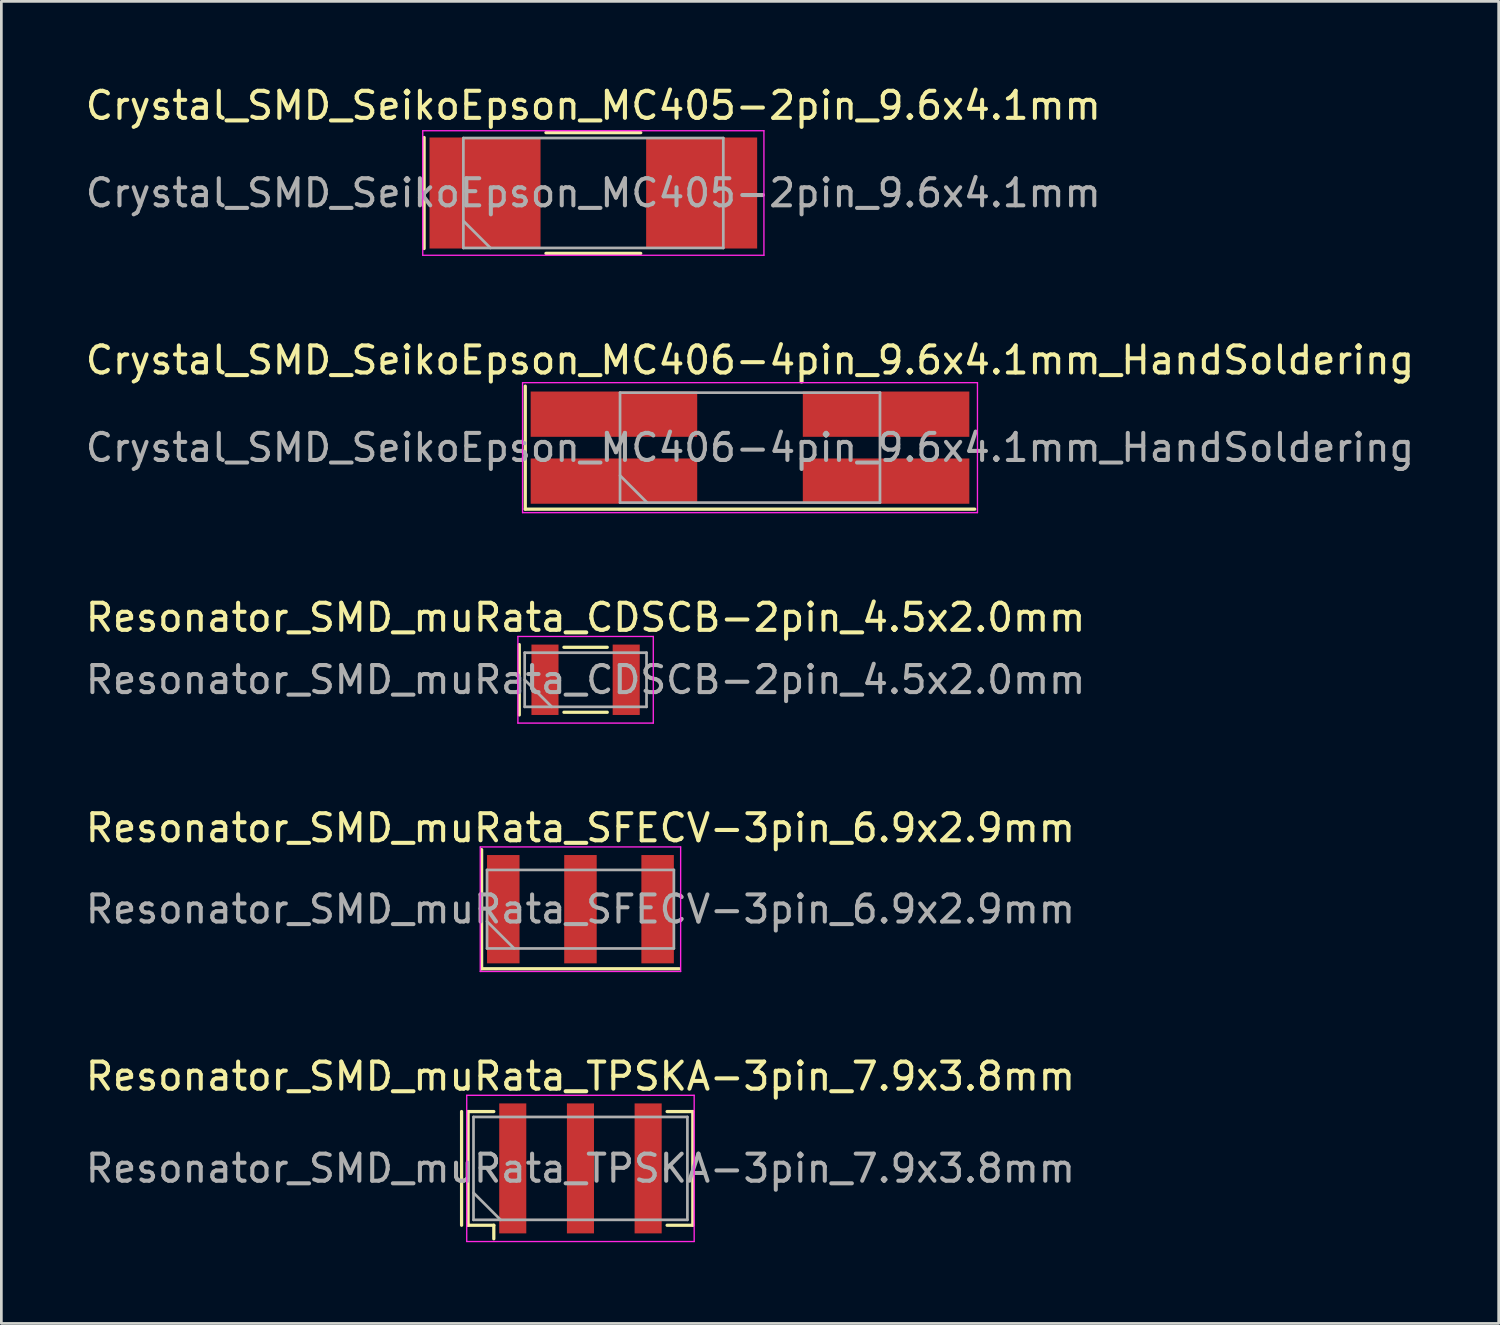
<source format=kicad_pcb>
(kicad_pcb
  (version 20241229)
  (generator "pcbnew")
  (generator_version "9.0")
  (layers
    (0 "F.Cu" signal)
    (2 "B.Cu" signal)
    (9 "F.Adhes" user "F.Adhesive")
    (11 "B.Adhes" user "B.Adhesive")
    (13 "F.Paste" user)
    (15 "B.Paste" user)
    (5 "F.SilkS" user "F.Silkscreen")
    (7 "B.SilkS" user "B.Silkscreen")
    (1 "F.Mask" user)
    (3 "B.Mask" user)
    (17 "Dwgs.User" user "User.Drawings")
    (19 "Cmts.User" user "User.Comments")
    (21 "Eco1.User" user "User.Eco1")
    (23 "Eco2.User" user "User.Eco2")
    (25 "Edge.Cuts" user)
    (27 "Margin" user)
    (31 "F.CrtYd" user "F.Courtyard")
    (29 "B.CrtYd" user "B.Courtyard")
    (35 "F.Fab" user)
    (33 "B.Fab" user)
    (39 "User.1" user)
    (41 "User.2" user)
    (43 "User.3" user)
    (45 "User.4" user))
  (footprint "Crystal_SMD_SeikoEpson_MC405-2pin_9.6x4.1mm"
    (layer "F.Cu")
    (at 18.863 4.078)
    (property "Reference" "Crystal_SMD_SeikoEpson_MC405-2pin_9.6x4.1mm" (at 0 -3.23 0) (layer "F.SilkS") (effects (font (size 1 1) (thickness 0.15))))
    (attr smd)
    (fp_line (start -6.25 -2.05) (end -6.25 2.05) (stroke (width 0.12) (type solid)) (layer "F.SilkS"))
    (fp_line (start -1.75 -2.23) (end 1.75 -2.23) (stroke (width 0.12) (type solid)) (layer "F.SilkS"))
    (fp_line (start -1.75 2.23) (end 1.75 2.23) (stroke (width 0.12) (type solid)) (layer "F.SilkS"))
    (fp_line (start -6.3 -2.3) (end -6.3 2.3) (stroke (width 0.05) (type solid)) (layer "F.CrtYd"))
    (fp_line (start -6.3 2.3) (end 6.3 2.3) (stroke (width 0.05) (type solid)) (layer "F.CrtYd"))
    (fp_line (start 6.3 -2.3) (end -6.3 -2.3) (stroke (width 0.05) (type solid)) (layer "F.CrtYd"))
    (fp_line (start 6.3 2.3) (end 6.3 -2.3) (stroke (width 0.05) (type solid)) (layer "F.CrtYd"))
    (fp_line (start -4.8 -2.03) (end -4.8 2.03) (stroke (width 0.1) (type solid)) (layer "F.Fab"))
    (fp_line (start -4.8 1.03) (end -3.8 2.03) (stroke (width 0.1) (type solid)) (layer "F.Fab"))
    (fp_line (start -4.8 2.03) (end 4.8 2.03) (stroke (width 0.1) (type solid)) (layer "F.Fab"))
    (fp_line (start 4.8 -2.03) (end -4.8 -2.03) (stroke (width 0.1) (type solid)) (layer "F.Fab"))
    (fp_line (start 4.8 2.03) (end 4.8 -2.03) (stroke (width 0.1) (type solid)) (layer "F.Fab"))
    (fp_text user "${REFERENCE}" (at 0 0 0) (layer "F.Fab") (effects (font (size 1 1) (thickness 0.15))))
    (pad "1" smd rect (at -4 0) (size 4.1 4.1) (layers "F.Cu" "F.Mask" "F.Paste"))
    (pad "2" smd rect (at 4 0) (size 4.1 4.1) (layers "F.Cu" "F.Mask" "F.Paste")))
  (footprint "Resonator_SMD_muRata_CDSCB-2pin_4.5x2.0mm"
    (layer "F.Cu")
    (at 18.577 22.055)
    (property "Reference" "Resonator_SMD_muRata_CDSCB-2pin_4.5x2.0mm" (at 0 -2.3 0) (layer "F.SilkS") (effects (font (size 1 1) (thickness 0.15))))
    (attr smd)
    (fp_line (start -2.45 -1.3) (end -2.45 1.3) (stroke (width 0.12) (type solid)) (layer "F.SilkS"))
    (fp_line (start -0.8 -1.2) (end 0.8 -1.2) (stroke (width 0.12) (type solid)) (layer "F.SilkS"))
    (fp_line (start -0.8 1.2) (end 0.8 1.2) (stroke (width 0.12) (type solid)) (layer "F.SilkS"))
    (fp_line (start -2.5 -1.6) (end -2.5 1.6) (stroke (width 0.05) (type solid)) (layer "F.CrtYd"))
    (fp_line (start -2.5 1.6) (end 2.5 1.6) (stroke (width 0.05) (type solid)) (layer "F.CrtYd"))
    (fp_line (start 2.5 -1.6) (end -2.5 -1.6) (stroke (width 0.05) (type solid)) (layer "F.CrtYd"))
    (fp_line (start 2.5 1.6) (end 2.5 -1.6) (stroke (width 0.05) (type solid)) (layer "F.CrtYd"))
    (fp_line (start -2.25 -1) (end -2.25 1) (stroke (width 0.1) (type solid)) (layer "F.Fab"))
    (fp_line (start -2.25 0) (end -1.25 1) (stroke (width 0.1) (type solid)) (layer "F.Fab"))
    (fp_line (start -2.25 1) (end 2.25 1) (stroke (width 0.1) (type solid)) (layer "F.Fab"))
    (fp_line (start 2.25 -1) (end -2.25 -1) (stroke (width 0.1) (type solid)) (layer "F.Fab"))
    (fp_line (start 2.25 1) (end 2.25 -1) (stroke (width 0.1) (type solid)) (layer "F.Fab"))
    (fp_text user "${REFERENCE}" (at 0 0 0) (layer "F.Fab") (effects (font (size 1 1) (thickness 0.15))))
    (pad "1" smd rect (at -1.5 0) (size 1 2.6) (layers "F.Cu" "F.Mask" "F.Paste"))
    (pad "2" smd rect (at 1.5 0) (size 1 2.6) (layers "F.Cu" "F.Mask" "F.Paste")))
  (footprint "Crystal_SMD_SeikoEpson_MC406-4pin_9.6x4.1mm_HandSoldering"
    (layer "F.Cu")
    (at 24.649 13.482)
    (property "Reference" "Crystal_SMD_SeikoEpson_MC406-4pin_9.6x4.1mm_HandSoldering" (at 0 -3.23 0) (layer "F.SilkS") (effects (font (size 1 1) (thickness 0.15))))
    (attr smd)
    (fp_line (start -8.3 -2.272) (end -8.3 2.272) (stroke (width 0.12) (type solid)) (layer "F.SilkS"))
    (fp_line (start -8.3 2.272) (end 8.3 2.272) (stroke (width 0.12) (type solid)) (layer "F.SilkS"))
    (fp_line (start -8.4 -2.4) (end -8.4 2.4) (stroke (width 0.05) (type solid)) (layer "F.CrtYd"))
    (fp_line (start -8.4 2.4) (end 8.4 2.4) (stroke (width 0.05) (type solid)) (layer "F.CrtYd"))
    (fp_line (start 8.4 -2.4) (end -8.4 -2.4) (stroke (width 0.05) (type solid)) (layer "F.CrtYd"))
    (fp_line (start 8.4 2.4) (end 8.4 -2.4) (stroke (width 0.05) (type solid)) (layer "F.CrtYd"))
    (fp_line (start -4.8 -2.03) (end -4.8 2.03) (stroke (width 0.1) (type solid)) (layer "F.Fab"))
    (fp_line (start -4.8 1.03) (end -3.8 2.03) (stroke (width 0.1) (type solid)) (layer "F.Fab"))
    (fp_line (start -4.8 2.03) (end 4.8 2.03) (stroke (width 0.1) (type solid)) (layer "F.Fab"))
    (fp_line (start 4.8 -2.03) (end -4.8 -2.03) (stroke (width 0.1) (type solid)) (layer "F.Fab"))
    (fp_line (start 4.8 2.03) (end 4.8 -2.03) (stroke (width 0.1) (type solid)) (layer "F.Fab"))
    (fp_text user "${REFERENCE}" (at 0 0 0) (layer "F.Fab") (effects (font (size 1 1) (thickness 0.15))))
    (pad "1" smd rect (at -5.025 1.236) (size 6.15 1.672) (layers "F.Cu" "F.Mask" "F.Paste"))
    (pad "2" smd rect (at 5.025 1.236) (size 6.15 1.672) (layers "F.Cu" "F.Mask" "F.Paste"))
    (pad "3" smd rect (at 5.025 -1.236) (size 6.15 1.672) (layers "F.Cu" "F.Mask" "F.Paste"))
    (pad "4" smd rect (at -5.025 -1.236) (size 6.15 1.672) (layers "F.Cu" "F.Mask" "F.Paste")))
  (footprint "Resonator_SMD_muRata_SFECV-3pin_6.9x2.9mm"
    (layer "F.Cu")
    (at 18.387 30.528)
    (property "Reference" "Resonator_SMD_muRata_SFECV-3pin_6.9x2.9mm" (at 0 -3 0) (layer "F.SilkS") (effects (font (size 1 1) (thickness 0.15))))
    (attr smd)
    (fp_line (start -3.65 -2.2) (end -3.65 2.2) (stroke (width 0.12) (type solid)) (layer "F.SilkS"))
    (fp_line (start -3.65 2.2) (end 3.65 2.2) (stroke (width 0.12) (type solid)) (layer "F.SilkS"))
    (fp_line (start -3.7 -2.3) (end -3.7 2.3) (stroke (width 0.05) (type solid)) (layer "F.CrtYd"))
    (fp_line (start -3.7 2.3) (end 3.7 2.3) (stroke (width 0.05) (type solid)) (layer "F.CrtYd"))
    (fp_line (start 3.7 -2.3) (end -3.7 -2.3) (stroke (width 0.05) (type solid)) (layer "F.CrtYd"))
    (fp_line (start 3.7 2.3) (end 3.7 -2.3) (stroke (width 0.05) (type solid)) (layer "F.CrtYd"))
    (fp_line (start -3.45 -1.45) (end -3.45 1.45) (stroke (width 0.1) (type solid)) (layer "F.Fab"))
    (fp_line (start -3.45 0.45) (end -2.45 1.45) (stroke (width 0.1) (type solid)) (layer "F.Fab"))
    (fp_line (start -3.45 1.45) (end 3.45 1.45) (stroke (width 0.1) (type solid)) (layer "F.Fab"))
    (fp_line (start 3.45 -1.45) (end -3.45 -1.45) (stroke (width 0.1) (type solid)) (layer "F.Fab"))
    (fp_line (start 3.45 1.45) (end 3.45 -1.45) (stroke (width 0.1) (type solid)) (layer "F.Fab"))
    (fp_text user "${REFERENCE}" (at 0 0 0) (layer "F.Fab") (effects (font (size 1 1) (thickness 0.15))))
    (pad "1" smd rect (at -2.85 0) (size 1.2 4) (layers "F.Cu" "F.Mask" "F.Paste"))
    (pad "2" smd rect (at 0 0) (size 1.2 4) (layers "F.Cu" "F.Mask" "F.Paste"))
    (pad "3" smd rect (at 2.85 0) (size 1.2 4) (layers "F.Cu" "F.Mask" "F.Paste")))
  (footprint "Resonator_SMD_muRata_TPSKA-3pin_7.9x3.8mm"
    (layer "F.Cu")
    (at 18.387 40.101)
    (property "Reference" "Resonator_SMD_muRata_TPSKA-3pin_7.9x3.8mm" (at 0 -3.4 0) (layer "F.SilkS") (effects (font (size 1 1) (thickness 0.15))))
    (attr smd)
    (fp_line (start -4.39 -2.1) (end -4.39 2.1) (stroke (width 0.12) (type solid)) (layer "F.SilkS"))
    (fp_line (start -4.15 -2.1) (end -3.2 -2.1) (stroke (width 0.12) (type solid)) (layer "F.SilkS"))
    (fp_line (start -4.15 2.1) (end -4.15 -2.1) (stroke (width 0.12) (type solid)) (layer "F.SilkS"))
    (fp_line (start -3.2 2.1) (end -4.15 2.1) (stroke (width 0.12) (type solid)) (layer "F.SilkS"))
    (fp_line (start -3.2 2.6) (end -3.2 2.1) (stroke (width 0.12) (type solid)) (layer "F.SilkS"))
    (fp_line (start 3.2 -2.1) (end 4.15 -2.1) (stroke (width 0.12) (type solid)) (layer "F.SilkS"))
    (fp_line (start 4.15 -2.1) (end 4.15 2.1) (stroke (width 0.12) (type solid)) (layer "F.SilkS"))
    (fp_line (start 4.15 2.1) (end 3.2 2.1) (stroke (width 0.12) (type solid)) (layer "F.SilkS"))
    (fp_line (start -4.2 -2.7) (end -4.2 2.7) (stroke (width 0.05) (type solid)) (layer "F.CrtYd"))
    (fp_line (start -4.2 2.7) (end 4.2 2.7) (stroke (width 0.05) (type solid)) (layer "F.CrtYd"))
    (fp_line (start 4.2 -2.7) (end -4.2 -2.7) (stroke (width 0.05) (type solid)) (layer "F.CrtYd"))
    (fp_line (start 4.2 2.7) (end 4.2 -2.7) (stroke (width 0.05) (type solid)) (layer "F.CrtYd"))
    (fp_line (start -3.95 -1.9) (end -3.95 1.9) (stroke (width 0.1) (type solid)) (layer "F.Fab"))
    (fp_line (start -3.95 0.9) (end -2.95 1.9) (stroke (width 0.1) (type solid)) (layer "F.Fab"))
    (fp_line (start -3.95 1.9) (end 3.95 1.9) (stroke (width 0.1) (type solid)) (layer "F.Fab"))
    (fp_line (start 3.95 -1.9) (end -3.95 -1.9) (stroke (width 0.1) (type solid)) (layer "F.Fab"))
    (fp_line (start 3.95 1.9) (end 3.95 -1.9) (stroke (width 0.1) (type solid)) (layer "F.Fab"))
    (fp_text user "${REFERENCE}" (at 0 0 0) (layer "F.Fab") (effects (font (size 1 1) (thickness 0.15))))
    (pad "1" smd rect (at -2.5 0) (size 1 4.8) (layers "F.Cu" "F.Mask" "F.Paste"))
    (pad "2" smd rect (at 0 0) (size 1 4.8) (layers "F.Cu" "F.Mask" "F.Paste"))
    (pad "3" smd rect (at 2.5 0) (size 1 4.8) (layers "F.Cu" "F.Mask" "F.Paste")))
  (gr_rect
    (start -3 -3)
    (end 52.298 45.826)
    (stroke (width 0.1) (type default))
    (fill no)
    (layer "Edge.Cuts")))
</source>
